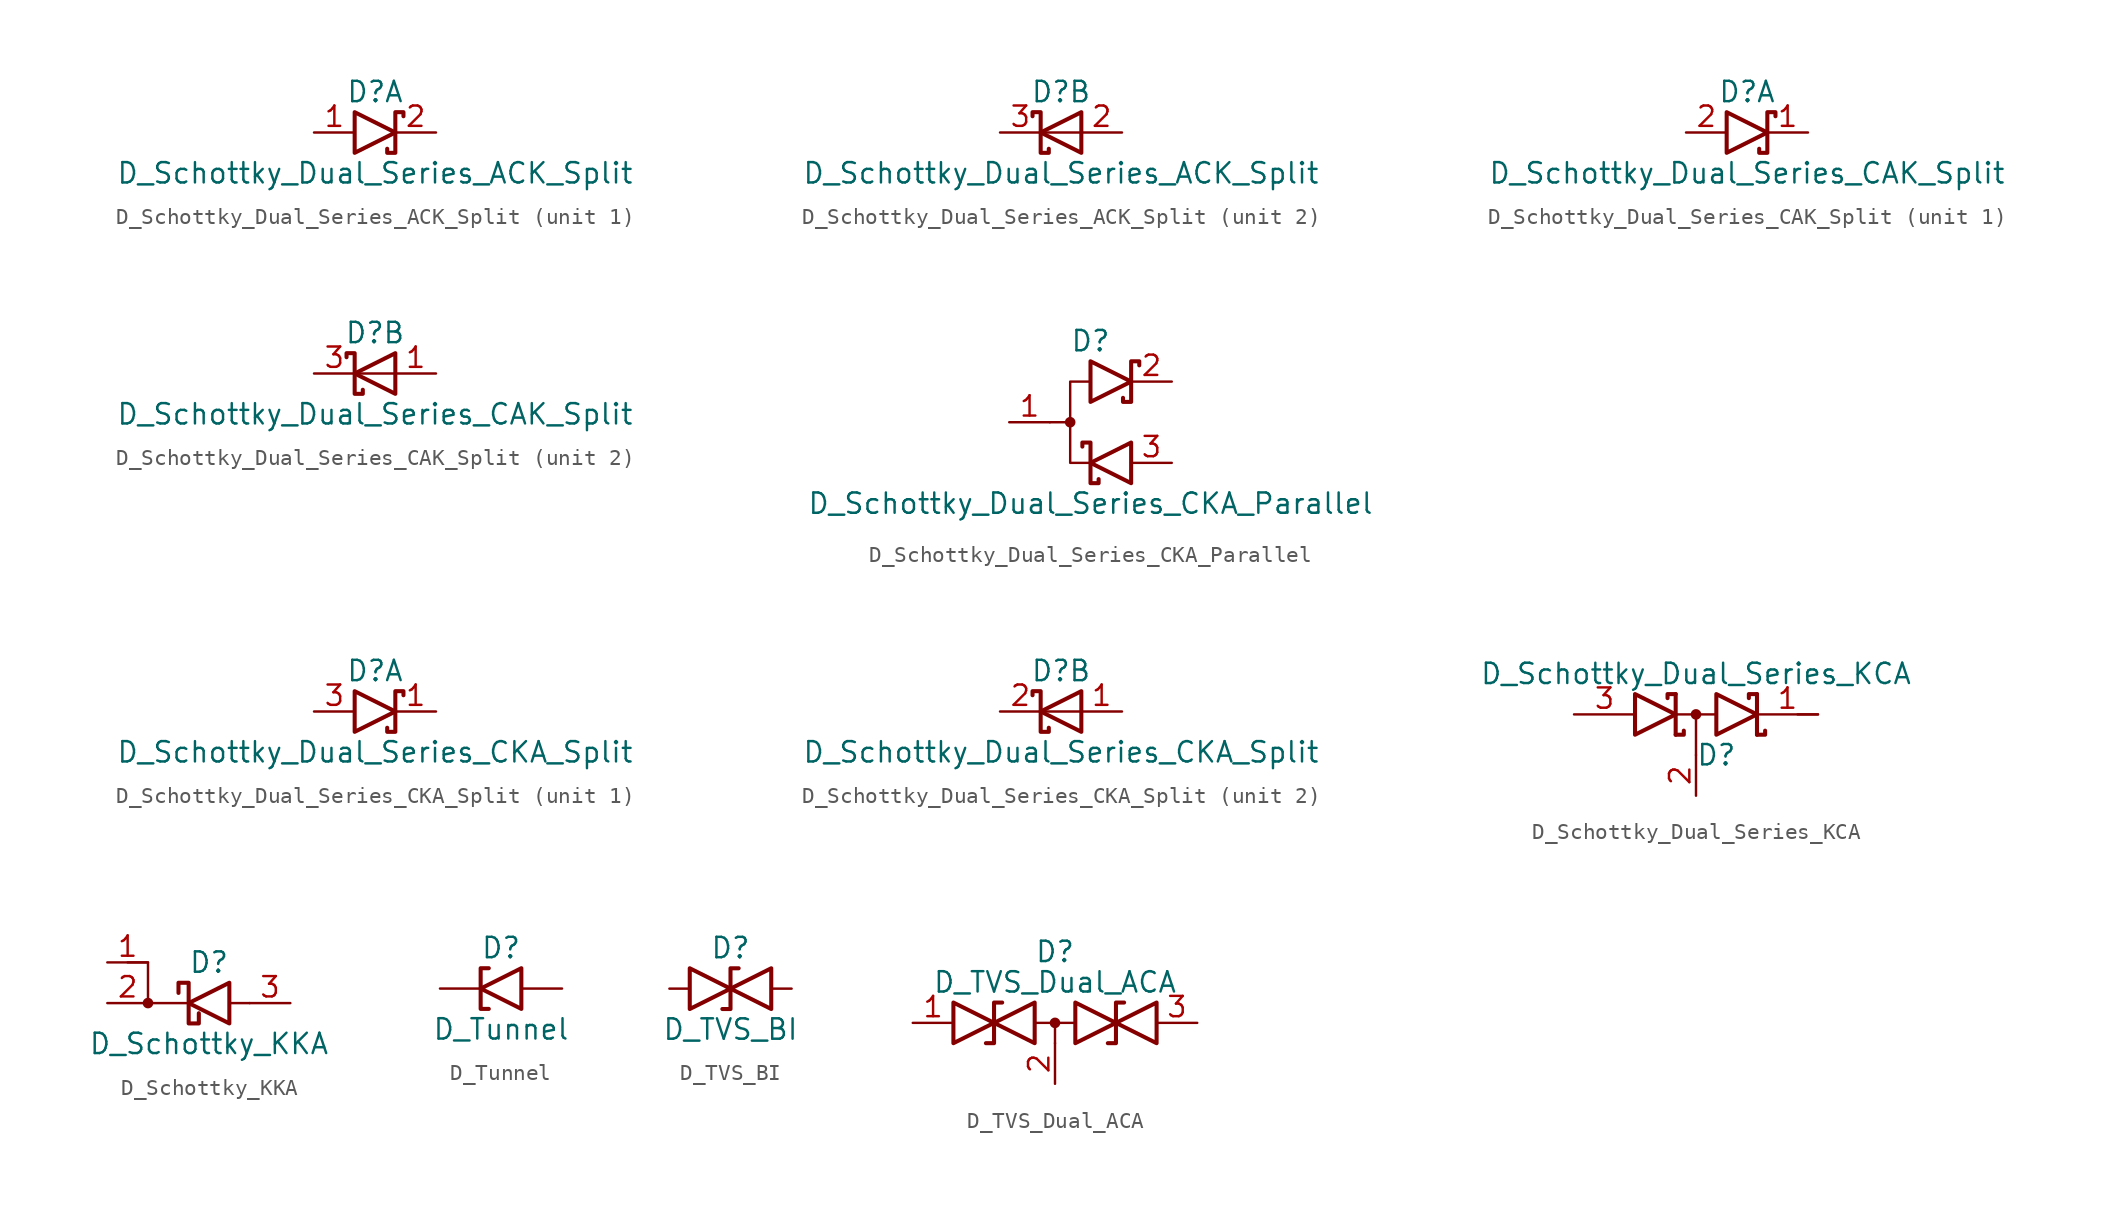
<source format=kicad_sym>
(kicad_symbol_lib
  (version 20241209)
  (generator "kicad_symbol_editor")
  (generator_version "9.0")
  (symbol "D_Schottky_Dual_Series_ACK_Split"
    (pin_names
      (offset 0.762)
      (hide yes))
    (property "Reference" "D"
      (at 0 2.54 0)
      (effects (font (size 1.27 1.27))))
    (property "Value" "D_Schottky_Dual_Series_ACK_Split"
      (at 0 -2.54 0)
      (effects (font (size 1.27 1.27))))
    (property "ki_locked" ""
      (at 0 0 0)
      (effects (font (size 1.27 1.27))))
    (symbol "D_Schottky_Dual_Series_ACK_Split_0_1"
      (pin passive line (at 3.81 0 180) (length 2.54) (name "K" (effects (font (size 1.27 1.27)))) (number "2" (effects (font (size 1.27 1.27))))))
    (symbol "D_Schottky_Dual_Series_ACK_Split_1_1"
      (polyline (pts (xy -1.27 1.27) (xy 1.27 0) (xy -1.27 -1.27) (xy -1.27 1.27) (xy -1.27 1.27) (xy -1.27 1.27)) (stroke (width 0.254) (type default)) (fill (type none)))
      (polyline (pts (xy 1.778 1.016) (xy 1.778 1.27) (xy 1.27 1.27) (xy 1.27 -1.27) (xy 0.762 -1.27) (xy 0.762 -1.016)) (stroke (width 0.254) (type default)) (fill (type none)))
      (pin passive line (at -3.81 0 0) (length 2.54) (name "A" (effects (font (size 1.27 1.27)))) (number "1" (effects (font (size 1.27 1.27))))))
    (symbol "D_Schottky_Dual_Series_ACK_Split_2_1"
      (polyline (pts (xy -1.778 1.016) (xy -1.778 1.27) (xy -1.27 1.27) (xy -1.27 -1.27) (xy -0.762 -1.27) (xy -0.762 -1.016)) (stroke (width 0.254) (type default)) (fill (type none)))
      (polyline (pts (xy -1.27 0) (xy 1.27 0)) (stroke (width 0) (type default)) (fill (type none)))
      (polyline (pts (xy 1.27 1.27) (xy -1.27 0) (xy 1.27 -1.27) (xy 1.27 1.27) (xy 1.27 1.27) (xy 1.27 1.27)) (stroke (width 0.254) (type default)) (fill (type none)))
      (pin passive line (at -3.81 0 0) (length 2.54) (name "K" (effects (font (size 1.27 1.27)))) (number "3" (effects (font (size 1.27 1.27)))))))
  (symbol "D_Schottky_Dual_Series_CAK_Split"
    (pin_names
      (offset 0.762)
      (hide yes))
    (property "Reference" "D"
      (at 0 2.54 0)
      (effects (font (size 1.27 1.27))))
    (property "Value" "D_Schottky_Dual_Series_CAK_Split"
      (at 0 -2.54 0)
      (effects (font (size 1.27 1.27))))
    (property "ki_locked" ""
      (at 0 0 0)
      (effects (font (size 1.27 1.27))))
    (symbol "D_Schottky_Dual_Series_CAK_Split_0_1"
      (pin passive line (at 3.81 0 180) (length 2.54) (name "K" (effects (font (size 1.27 1.27)))) (number "1" (effects (font (size 1.27 1.27))))))
    (symbol "D_Schottky_Dual_Series_CAK_Split_1_1"
      (polyline (pts (xy -1.27 1.27) (xy 1.27 0) (xy -1.27 -1.27) (xy -1.27 1.27) (xy -1.27 1.27) (xy -1.27 1.27)) (stroke (width 0.254) (type default)) (fill (type none)))
      (polyline (pts (xy 1.778 1.016) (xy 1.778 1.27) (xy 1.27 1.27) (xy 1.27 -1.27) (xy 0.762 -1.27) (xy 0.762 -1.016)) (stroke (width 0.254) (type default)) (fill (type none)))
      (pin passive line (at -3.81 0 0) (length 2.54) (name "A" (effects (font (size 1.27 1.27)))) (number "2" (effects (font (size 1.27 1.27))))))
    (symbol "D_Schottky_Dual_Series_CAK_Split_2_1"
      (polyline (pts (xy -1.778 1.016) (xy -1.778 1.27) (xy -1.27 1.27) (xy -1.27 -1.27) (xy -0.762 -1.27) (xy -0.762 -1.016)) (stroke (width 0.254) (type default)) (fill (type none)))
      (polyline (pts (xy -1.27 0) (xy 1.27 0)) (stroke (width 0) (type default)) (fill (type none)))
      (polyline (pts (xy 1.27 1.27) (xy -1.27 0) (xy 1.27 -1.27) (xy 1.27 1.27) (xy 1.27 1.27) (xy 1.27 1.27)) (stroke (width 0.254) (type default)) (fill (type none)))
      (pin passive line (at -3.81 0 0) (length 2.54) (name "K" (effects (font (size 1.27 1.27)))) (number "3" (effects (font (size 1.27 1.27)))))))
  (symbol "D_Schottky_Dual_Series_CKA_Parallel"
    (pin_names
      (offset 0.762)
      (hide yes))
    (property "Reference" "D"
      (at 0 5.08 0)
      (effects (font (size 1.27 1.27))))
    (property "Value" "D_Schottky_Dual_Series_CKA_Parallel"
      (at 0 -5.08 0)
      (effects (font (size 1.27 1.27))))
    (symbol "D_Schottky_Dual_Series_CKA_Parallel_0_1"
      (circle (center -1.27 0) (radius 0.254) (stroke (width 0) (type default)) (fill (type outline)))
      (polyline (pts (xy -1.27 0) (xy -2.54 0)) (stroke (width 0) (type default)) (fill (type none)))
      (polyline (pts (xy -0.508 -1.524) (xy -0.508 -1.27) (xy 0 -1.27) (xy 0 -3.81) (xy 0.508 -3.81) (xy 0.508 -3.556)) (stroke (width 0.254) (type default)) (fill (type none)))
      (polyline (pts (xy 0 3.81) (xy 2.54 2.54) (xy 0 1.27) (xy 0 3.81) (xy 0 3.81) (xy 0 3.81)) (stroke (width 0.254) (type default)) (fill (type none)))
      (polyline (pts (xy 0 2.54) (xy -1.27 2.54) (xy -1.27 -2.54) (xy 0 -2.54)) (stroke (width 0) (type default)) (fill (type none)))
      (polyline (pts (xy 2.54 -1.27) (xy 0 -2.54) (xy 2.54 -3.81) (xy 2.54 -1.27) (xy 2.54 -1.27) (xy 2.54 -1.27)) (stroke (width 0.254) (type default)) (fill (type none)))
      (polyline (pts (xy 3.048 3.556) (xy 3.048 3.81) (xy 2.54 3.81) (xy 2.54 1.27) (xy 2.032 1.27) (xy 2.032 1.524)) (stroke (width 0.254) (type default)) (fill (type none)))
      (pin passive line (at -5.08 0 0) (length 2.54) (name "A" (effects (font (size 1.27 1.27)))) (number "1" (effects (font (size 1.27 1.27)))))
      (pin passive line (at 5.08 2.54 180) (length 2.54) (name "K" (effects (font (size 1.27 1.27)))) (number "2" (effects (font (size 1.27 1.27)))))
      (pin passive line (at 5.08 -2.54 180) (length 2.54) (name "K" (effects (font (size 1.27 1.27)))) (number "3" (effects (font (size 1.27 1.27)))))))
  (symbol "D_Schottky_Dual_Series_CKA_Split"
    (pin_names
      (offset 0.762)
      (hide yes))
    (property "Reference" "D"
      (at 0 2.54 0)
      (effects (font (size 1.27 1.27))))
    (property "Value" "D_Schottky_Dual_Series_CKA_Split"
      (at 0 -2.54 0)
      (effects (font (size 1.27 1.27))))
    (property "ki_locked" ""
      (at 0 0 0)
      (effects (font (size 1.27 1.27))))
    (symbol "D_Schottky_Dual_Series_CKA_Split_0_1"
      (pin passive line (at 3.81 0 180) (length 2.54) (name "K" (effects (font (size 1.27 1.27)))) (number "1" (effects (font (size 1.27 1.27))))))
    (symbol "D_Schottky_Dual_Series_CKA_Split_1_1"
      (polyline (pts (xy -1.27 1.27) (xy 1.27 0) (xy -1.27 -1.27) (xy -1.27 1.27) (xy -1.27 1.27) (xy -1.27 1.27)) (stroke (width 0.254) (type default)) (fill (type none)))
      (polyline (pts (xy 1.778 1.016) (xy 1.778 1.27) (xy 1.27 1.27) (xy 1.27 -1.27) (xy 0.762 -1.27) (xy 0.762 -1.016)) (stroke (width 0.254) (type default)) (fill (type none)))
      (pin passive line (at -3.81 0 0) (length 2.54) (name "A" (effects (font (size 1.27 1.27)))) (number "3" (effects (font (size 1.27 1.27))))))
    (symbol "D_Schottky_Dual_Series_CKA_Split_2_1"
      (polyline (pts (xy -1.778 1.016) (xy -1.778 1.27) (xy -1.27 1.27) (xy -1.27 -1.27) (xy -0.762 -1.27) (xy -0.762 -1.016)) (stroke (width 0.254) (type default)) (fill (type none)))
      (polyline (pts (xy -1.27 0) (xy 1.27 0)) (stroke (width 0) (type default)) (fill (type none)))
      (polyline (pts (xy 1.27 1.27) (xy -1.27 0) (xy 1.27 -1.27) (xy 1.27 1.27) (xy 1.27 1.27) (xy 1.27 1.27)) (stroke (width 0.254) (type default)) (fill (type none)))
      (pin passive line (at -3.81 0 0) (length 2.54) (name "K" (effects (font (size 1.27 1.27)))) (number "2" (effects (font (size 1.27 1.27)))))))
  (symbol "D_Schottky_Dual_Series_KCA"
    (pin_names
      (offset 0.762)
      (hide yes))
    (property "Reference" "D"
      (at 1.27 -2.54 0)
      (effects (font (size 1.27 1.27))))
    (property "Value" "D_Schottky_Dual_Series_KCA"
      (at 0 2.54 0)
      (effects (font (size 1.27 1.27))))
    (symbol "D_Schottky_Dual_Series_KCA_0_1"
      (polyline (pts (xy -3.81 1.27) (xy -1.27 0) (xy -3.81 -1.27) (xy -3.81 1.27) (xy -3.81 1.27) (xy -3.81 1.27)) (stroke (width 0.254) (type default)) (fill (type none)))
      (polyline (pts (xy -1.778 1.016) (xy -1.778 1.27) (xy -1.27 1.27) (xy -1.27 1.27) (xy -1.27 1.27)) (stroke (width 0.254) (type default)) (fill (type none)))
      (polyline (pts (xy -1.27 0) (xy 1.27 0)) (stroke (width 0) (type default)) (fill (type none)))
      (polyline (pts (xy -1.27 -1.27) (xy -1.27 1.27) (xy -1.27 1.27)) (stroke (width 0.254) (type default)) (fill (type none)))
      (polyline (pts (xy -1.27 -1.27) (xy -0.762 -1.27) (xy -0.762 -1.016) (xy -0.762 -1.016)) (stroke (width 0.254) (type default)) (fill (type none)))
      (polyline (pts (xy 0 0) (xy 0 -2.54)) (stroke (width 0) (type default)) (fill (type none)))
      (circle (center 0 0) (radius 0.254) (stroke (width 0) (type default)) (fill (type outline)))
      (polyline (pts (xy 1.27 1.27) (xy 3.81 0) (xy 1.27 -1.27) (xy 1.27 1.27) (xy 1.27 1.27) (xy 1.27 1.27)) (stroke (width 0.254) (type default)) (fill (type none)))
      (polyline (pts (xy 3.81 1.27) (xy 3.81 -1.27) (xy 3.81 -1.27)) (stroke (width 0.254) (type default)) (fill (type none)))
      (polyline (pts (xy 3.81 1.27) (xy 3.302 1.27) (xy 3.302 1.016) (xy 3.302 1.016)) (stroke (width 0.254) (type default)) (fill (type none)))
      (polyline (pts (xy 3.81 -1.27) (xy 4.318 -1.27) (xy 4.318 -1.016) (xy 4.318 -1.016)) (stroke (width 0.254) (type default)) (fill (type none)))
      (polyline (pts (xy 6.35 0) (xy 7.62 0)) (stroke (width 0) (type default)) (fill (type none)))
      (pin passive line (at -7.62 0 0) (length 3.81) (name "A" (effects (font (size 1.27 1.27)))) (number "3" (effects (font (size 1.27 1.27)))))
      (pin passive line (at 0 -5.08 90) (length 2.54) (name "common" (effects (font (size 1.27 1.27)))) (number "2" (effects (font (size 1.27 1.27)))))
      (pin passive line (at 7.62 0 180) (length 3.81) (name "K" (effects (font (size 1.27 1.27)))) (number "1" (effects (font (size 1.27 1.27)))))))
  (symbol "D_Schottky_KKA"
    (pin_names
      (offset 0)
      (hide yes))
    (property "Reference" "D"
      (at 0 2.54 0)
      (effects (font (size 1.27 1.27))))
    (property "Value" "D_Schottky_KKA"
      (at 0 -2.54 0)
      (effects (font (size 1.27 1.27))))
    (symbol "D_Schottky_KKA_0_1"
      (polyline (pts (xy -5.08 2.54) (xy -3.81 2.54) (xy -3.81 0) (xy -1.27 0)) (stroke (width 0) (type default)) (fill (type none)))
      (circle (center -3.81 0) (radius 0.254) (stroke (width 0) (type default)) (fill (type outline)))
      (polyline (pts (xy -1.905 0.635) (xy -1.905 1.27) (xy -1.27 1.27) (xy -1.27 -1.27) (xy -0.635 -1.27) (xy -0.635 -0.635)) (stroke (width 0.254) (type default)) (fill (type none)))
      (polyline (pts (xy 1.27 1.27) (xy 1.27 -1.27) (xy -1.27 0) (xy 1.27 1.27)) (stroke (width 0.254) (type default)) (fill (type none)))
      (polyline (pts (xy 2.54 0) (xy 1.27 0)) (stroke (width 0) (type default)) (fill (type none))))
    (symbol "D_Schottky_KKA_1_1"
      (pin passive line (at -6.35 2.54 0) (length 2.54) (name "K" (effects (font (size 1.27 1.27)))) (number "1" (effects (font (size 1.27 1.27)))))
      (pin passive line (at -6.35 0 0) (length 2.54) (name "K" (effects (font (size 1.27 1.27)))) (number "2" (effects (font (size 1.27 1.27)))))
      (pin passive line (at 5.08 0 180) (length 2.54) (name "A" (effects (font (size 1.27 1.27)))) (number "3" (effects (font (size 1.27 1.27)))))))
  (symbol "D_Tunnel"
    (pin_numbers
      (hide yes))
    (pin_names
      (offset 1.016)
      (hide yes))
    (property "Reference" "D"
      (at 0 2.54 0)
      (effects (font (size 1.27 1.27))))
    (property "Value" "D_Tunnel"
      (at 0 -2.54 0)
      (effects (font (size 1.27 1.27))))
    (symbol "D_Tunnel_0_1"
      (polyline (pts (xy -0.762 1.27) (xy -1.27 1.27) (xy -1.27 -1.27) (xy -0.762 -1.27)) (stroke (width 0.254) (type default)) (fill (type none)))
      (polyline (pts (xy 1.27 -1.27) (xy 1.27 1.27) (xy -1.27 0) (xy 1.27 -1.27)) (stroke (width 0.254) (type default)) (fill (type none))))
    (symbol "D_Tunnel_1_1"
      (pin passive line (at -3.81 0 0) (length 2.54) (name "K" (effects (font (size 1.27 1.27)))) (number "1" (effects (font (size 1.27 1.27)))))
      (pin passive line (at 3.81 0 180) (length 2.54) (name "A" (effects (font (size 1.27 1.27)))) (number "2" (effects (font (size 1.27 1.27)))))))
  (symbol "D_TVS_BI"
    (pin_numbers
      (hide yes))
    (pin_names
      (offset 1.016)
      (hide yes))
    (property "Reference" "D"
      (at 0 2.54 0)
      (effects (font (size 1.27 1.27))))
    (property "Value" "D_TVS_BI"
      (at 0 -2.54 0)
      (effects (font (size 1.27 1.27))))
    (symbol "D_TVS_BI_0_1"
      (polyline (pts (xy -2.54 1.27) (xy -2.54 -1.27) (xy 2.54 1.27) (xy 2.54 -1.27) (xy -2.54 1.27)) (stroke (width 0.254) (type default)) (fill (type none)))
      (polyline (pts (xy 0.508 1.27) (xy 0 1.27) (xy 0 -1.27) (xy -0.508 -1.27)) (stroke (width 0.254) (type default)) (fill (type none))))
    (symbol "D_TVS_BI_1_1"
      (pin passive line (at -3.81 0 0) (length 1.27) (name "A1" (effects (font (size 1.27 1.27)))) (number "1" (effects (font (size 1.27 1.27)))))
      (pin passive line (at 3.81 0 180) (length 1.27) (name "A2" (effects (font (size 1.27 1.27)))) (number "2" (effects (font (size 1.27 1.27)))))))
  (symbol "D_TVS_Dual_ACA"
    (pin_names
      (offset 1.016)
      (hide yes))
    (property "Reference" "D"
      (at 0 4.445 0)
      (effects (font (size 1.27 1.27))))
    (property "Value" "D_TVS_Dual_ACA"
      (at 0 2.54 0)
      (effects (font (size 1.27 1.27))))
    (symbol "D_TVS_Dual_ACA_0_0"
      (polyline (pts (xy -6.35 -1.27) (xy -1.27 1.27) (xy -1.27 -1.27) (xy -6.35 1.27) (xy -6.35 -1.27)) (stroke (width 0.254) (type default)) (fill (type none)))
      (polyline (pts (xy 1.27 1.27) (xy 1.27 -1.27) (xy 6.35 1.27) (xy 6.35 -1.27) (xy 1.27 1.27)) (stroke (width 0.254) (type default)) (fill (type none))))
    (symbol "D_TVS_Dual_ACA_0_1"
      (polyline (pts (xy -3.302 1.27) (xy -3.81 1.27) (xy -3.81 -1.27) (xy -4.318 -1.27)) (stroke (width 0.254) (type default)) (fill (type none)))
      (polyline (pts (xy -1.27 0) (xy 1.27 0)) (stroke (width 0) (type default)) (fill (type none)))
      (polyline (pts (xy 0 0) (xy 0 -1.27)) (stroke (width 0) (type default)) (fill (type none)))
      (circle (center 0 0) (radius 0.254) (stroke (width 0) (type default)) (fill (type outline)))
      (polyline (pts (xy 4.318 1.27) (xy 3.81 1.27) (xy 3.81 -1.27) (xy 3.302 -1.27)) (stroke (width 0.254) (type default)) (fill (type none))))
    (symbol "D_TVS_Dual_ACA_1_1"
      (pin passive line (at -8.89 0 0) (length 2.54) (name "A1" (effects (font (size 1.27 1.27)))) (number "1" (effects (font (size 1.27 1.27)))))
      (pin passive line (at 0 -3.81 90) (length 2.54) (name "common" (effects (font (size 1.27 1.27)))) (number "2" (effects (font (size 1.27 1.27)))))
      (pin passive line (at 8.89 0 180) (length 2.54) (name "A2" (effects (font (size 1.27 1.27)))) (number "3" (effects (font (size 1.27 1.27))))))))
</source>
